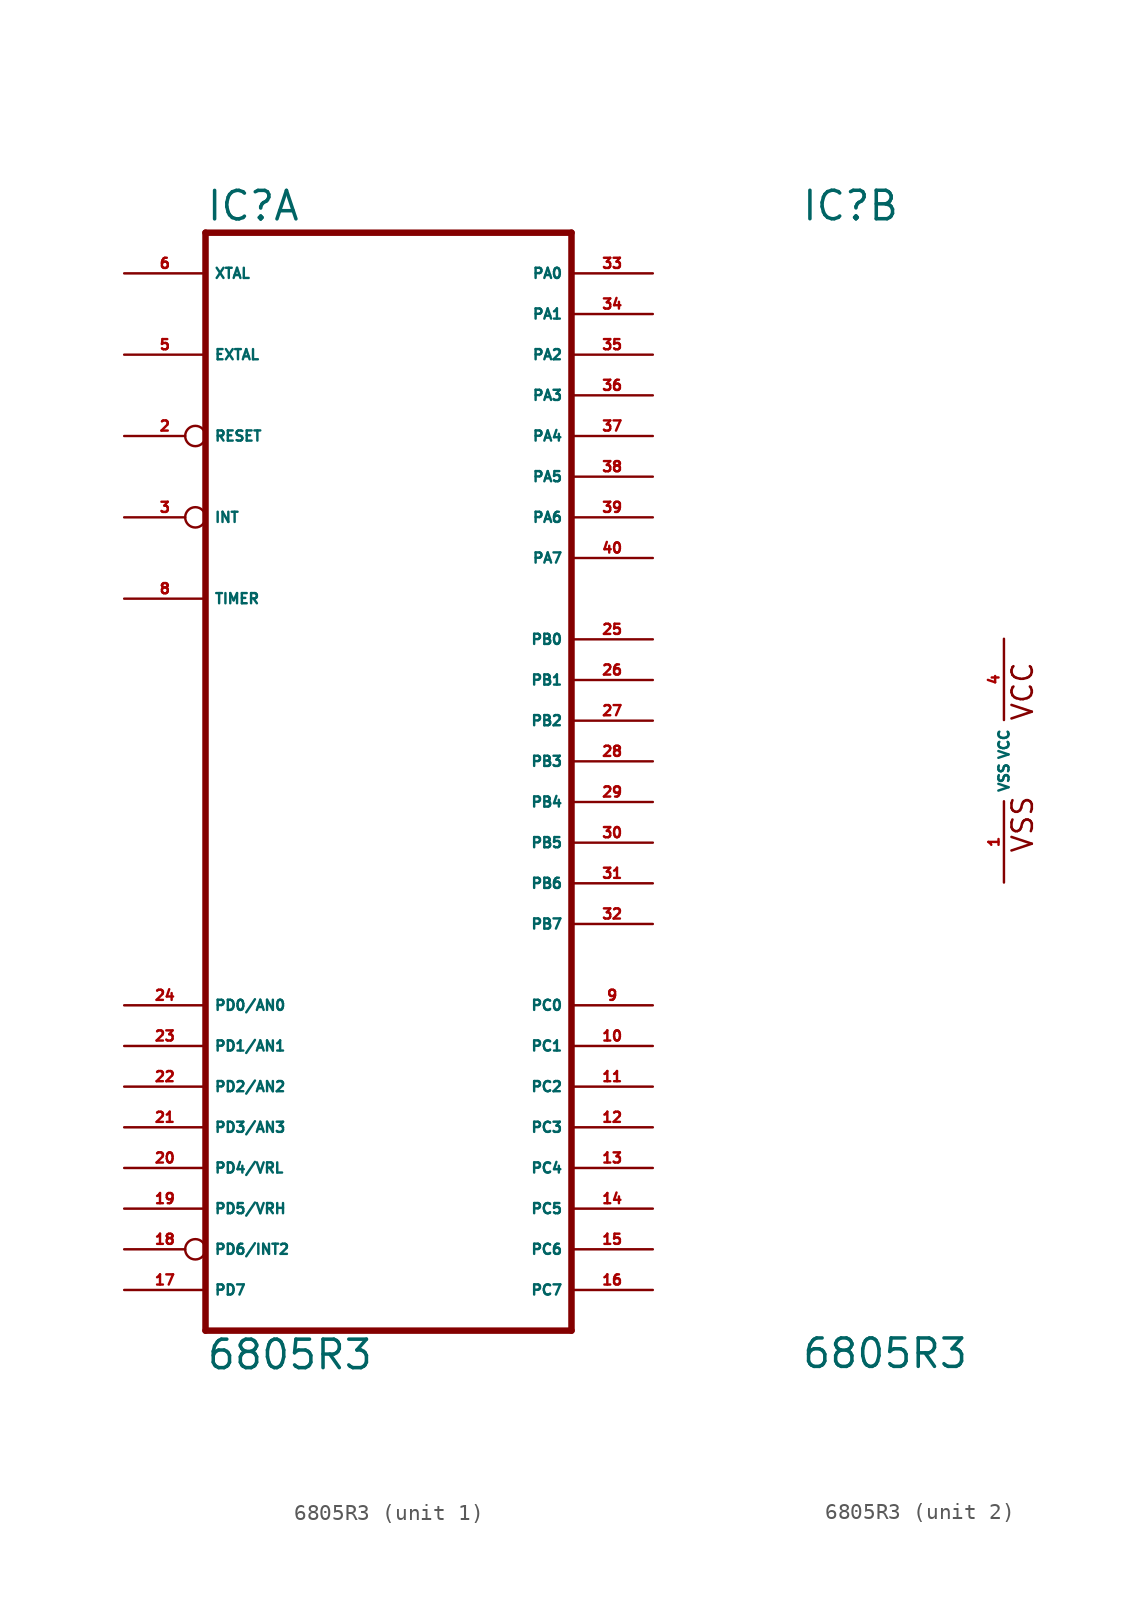
<source format=kicad_sym>
(kicad_symbol_lib
  (version 20220914)
  (generator Eagle2Kicad)
  (symbol "6805R3"
    (property "Reference" "IC"
      (at -12.7 33.655 0)
      (effects (font (size 1.778 1.778) (thickness 0.22)) (justify left bottom)))
    (property "Value" "6805R3"
      (at -12.7 -38.1 0)
      (effects (font (size 1.778 1.778) (thickness 0.22)) (justify left bottom)))
    (symbol "6805R3_1_0"
      (polyline (pts (xy -12.7 -35.56) (xy 10.16 -35.56)) (stroke (width 0.406) (type default)) (fill (type none)))
      (polyline (pts (xy 10.16 -35.56) (xy 10.16 33.02)) (stroke (width 0.406) (type default)) (fill (type none)))
      (polyline (pts (xy 10.16 33.02) (xy -12.7 33.02)) (stroke (width 0.406) (type default)) (fill (type none)))
      (polyline (pts (xy -12.7 33.02) (xy -12.7 -35.56)) (stroke (width 0.406) (type default)) (fill (type none)))
      (pin input inverted (at -17.78 20.32 0) (length 5.08) (name "RESET" (effects (font (size 0.635 0.635) (thickness 0.08)) (justify left bottom))) (number "2" (effects (font (size 0.635 0.635) (thickness 0.08)) (justify left bottom))))
      (pin input inverted (at -17.78 15.24 0) (length 5.08) (name "INT" (effects (font (size 0.635 0.635) (thickness 0.08)) (justify left bottom))) (number "3" (effects (font (size 0.635 0.635) (thickness 0.08)) (justify left bottom))))
      (pin input line (at -17.78 25.4 0) (length 5.08) (name "EXTAL" (effects (font (size 0.635 0.635) (thickness 0.08)) (justify left bottom))) (number "5" (effects (font (size 0.635 0.635) (thickness 0.08)) (justify left bottom))))
      (pin input line (at -17.78 30.48 0) (length 5.08) (name "XTAL" (effects (font (size 0.635 0.635) (thickness 0.08)) (justify left bottom))) (number "6" (effects (font (size 0.635 0.635) (thickness 0.08)) (justify left bottom))))
      (pin input line (at -17.78 10.16 0) (length 5.08) (name "TIMER" (effects (font (size 0.635 0.635) (thickness 0.08)) (justify left bottom))) (number "8" (effects (font (size 0.635 0.635) (thickness 0.08)) (justify left bottom))))
      (pin bidirectional line (at 15.24 -15.24 180) (length 5.08) (name "PC0" (effects (font (size 0.635 0.635) (thickness 0.08)) (justify left bottom))) (number "9" (effects (font (size 0.635 0.635) (thickness 0.08)) (justify left bottom))))
      (pin bidirectional line (at 15.24 -17.78 180) (length 5.08) (name "PC1" (effects (font (size 0.635 0.635) (thickness 0.08)) (justify left bottom))) (number "10" (effects (font (size 0.635 0.635) (thickness 0.08)) (justify left bottom))))
      (pin bidirectional line (at 15.24 -20.32 180) (length 5.08) (name "PC2" (effects (font (size 0.635 0.635) (thickness 0.08)) (justify left bottom))) (number "11" (effects (font (size 0.635 0.635) (thickness 0.08)) (justify left bottom))))
      (pin bidirectional line (at 15.24 -22.86 180) (length 5.08) (name "PC3" (effects (font (size 0.635 0.635) (thickness 0.08)) (justify left bottom))) (number "12" (effects (font (size 0.635 0.635) (thickness 0.08)) (justify left bottom))))
      (pin bidirectional line (at 15.24 -25.4 180) (length 5.08) (name "PC4" (effects (font (size 0.635 0.635) (thickness 0.08)) (justify left bottom))) (number "13" (effects (font (size 0.635 0.635) (thickness 0.08)) (justify left bottom))))
      (pin bidirectional line (at 15.24 -27.94 180) (length 5.08) (name "PC5" (effects (font (size 0.635 0.635) (thickness 0.08)) (justify left bottom))) (number "14" (effects (font (size 0.635 0.635) (thickness 0.08)) (justify left bottom))))
      (pin bidirectional line (at 15.24 -30.48 180) (length 5.08) (name "PC6" (effects (font (size 0.635 0.635) (thickness 0.08)) (justify left bottom))) (number "15" (effects (font (size 0.635 0.635) (thickness 0.08)) (justify left bottom))))
      (pin bidirectional line (at 15.24 -33.02 180) (length 5.08) (name "PC7" (effects (font (size 0.635 0.635) (thickness 0.08)) (justify left bottom))) (number "16" (effects (font (size 0.635 0.635) (thickness 0.08)) (justify left bottom))))
      (pin input line (at -17.78 -33.02 0) (length 5.08) (name "PD7" (effects (font (size 0.635 0.635) (thickness 0.08)) (justify left bottom))) (number "17" (effects (font (size 0.635 0.635) (thickness 0.08)) (justify left bottom))))
      (pin input inverted (at -17.78 -30.48 0) (length 5.08) (name "PD6/INT2" (effects (font (size 0.635 0.635) (thickness 0.08)) (justify left bottom))) (number "18" (effects (font (size 0.635 0.635) (thickness 0.08)) (justify left bottom))))
      (pin input line (at -17.78 -27.94 0) (length 5.08) (name "PD5/VRH" (effects (font (size 0.635 0.635) (thickness 0.08)) (justify left bottom))) (number "19" (effects (font (size 0.635 0.635) (thickness 0.08)) (justify left bottom))))
      (pin input line (at -17.78 -25.4 0) (length 5.08) (name "PD4/VRL" (effects (font (size 0.635 0.635) (thickness 0.08)) (justify left bottom))) (number "20" (effects (font (size 0.635 0.635) (thickness 0.08)) (justify left bottom))))
      (pin input line (at -17.78 -22.86 0) (length 5.08) (name "PD3/AN3" (effects (font (size 0.635 0.635) (thickness 0.08)) (justify left bottom))) (number "21" (effects (font (size 0.635 0.635) (thickness 0.08)) (justify left bottom))))
      (pin input line (at -17.78 -20.32 0) (length 5.08) (name "PD2/AN2" (effects (font (size 0.635 0.635) (thickness 0.08)) (justify left bottom))) (number "22" (effects (font (size 0.635 0.635) (thickness 0.08)) (justify left bottom))))
      (pin input line (at -17.78 -17.78 0) (length 5.08) (name "PD1/AN1" (effects (font (size 0.635 0.635) (thickness 0.08)) (justify left bottom))) (number "23" (effects (font (size 0.635 0.635) (thickness 0.08)) (justify left bottom))))
      (pin input line (at -17.78 -15.24 0) (length 5.08) (name "PD0/AN0" (effects (font (size 0.635 0.635) (thickness 0.08)) (justify left bottom))) (number "24" (effects (font (size 0.635 0.635) (thickness 0.08)) (justify left bottom))))
      (pin bidirectional line (at 15.24 7.62 180) (length 5.08) (name "PB0" (effects (font (size 0.635 0.635) (thickness 0.08)) (justify left bottom))) (number "25" (effects (font (size 0.635 0.635) (thickness 0.08)) (justify left bottom))))
      (pin bidirectional line (at 15.24 5.08 180) (length 5.08) (name "PB1" (effects (font (size 0.635 0.635) (thickness 0.08)) (justify left bottom))) (number "26" (effects (font (size 0.635 0.635) (thickness 0.08)) (justify left bottom))))
      (pin bidirectional line (at 15.24 2.54 180) (length 5.08) (name "PB2" (effects (font (size 0.635 0.635) (thickness 0.08)) (justify left bottom))) (number "27" (effects (font (size 0.635 0.635) (thickness 0.08)) (justify left bottom))))
      (pin bidirectional line (at 15.24 0 180) (length 5.08) (name "PB3" (effects (font (size 0.635 0.635) (thickness 0.08)) (justify left bottom))) (number "28" (effects (font (size 0.635 0.635) (thickness 0.08)) (justify left bottom))))
      (pin bidirectional line (at 15.24 -2.54 180) (length 5.08) (name "PB4" (effects (font (size 0.635 0.635) (thickness 0.08)) (justify left bottom))) (number "29" (effects (font (size 0.635 0.635) (thickness 0.08)) (justify left bottom))))
      (pin bidirectional line (at 15.24 -5.08 180) (length 5.08) (name "PB5" (effects (font (size 0.635 0.635) (thickness 0.08)) (justify left bottom))) (number "30" (effects (font (size 0.635 0.635) (thickness 0.08)) (justify left bottom))))
      (pin bidirectional line (at 15.24 -7.62 180) (length 5.08) (name "PB6" (effects (font (size 0.635 0.635) (thickness 0.08)) (justify left bottom))) (number "31" (effects (font (size 0.635 0.635) (thickness 0.08)) (justify left bottom))))
      (pin bidirectional line (at 15.24 -10.16 180) (length 5.08) (name "PB7" (effects (font (size 0.635 0.635) (thickness 0.08)) (justify left bottom))) (number "32" (effects (font (size 0.635 0.635) (thickness 0.08)) (justify left bottom))))
      (pin bidirectional line (at 15.24 30.48 180) (length 5.08) (name "PA0" (effects (font (size 0.635 0.635) (thickness 0.08)) (justify left bottom))) (number "33" (effects (font (size 0.635 0.635) (thickness 0.08)) (justify left bottom))))
      (pin bidirectional line (at 15.24 27.94 180) (length 5.08) (name "PA1" (effects (font (size 0.635 0.635) (thickness 0.08)) (justify left bottom))) (number "34" (effects (font (size 0.635 0.635) (thickness 0.08)) (justify left bottom))))
      (pin bidirectional line (at 15.24 25.4 180) (length 5.08) (name "PA2" (effects (font (size 0.635 0.635) (thickness 0.08)) (justify left bottom))) (number "35" (effects (font (size 0.635 0.635) (thickness 0.08)) (justify left bottom))))
      (pin bidirectional line (at 15.24 22.86 180) (length 5.08) (name "PA3" (effects (font (size 0.635 0.635) (thickness 0.08)) (justify left bottom))) (number "36" (effects (font (size 0.635 0.635) (thickness 0.08)) (justify left bottom))))
      (pin bidirectional line (at 15.24 20.32 180) (length 5.08) (name "PA4" (effects (font (size 0.635 0.635) (thickness 0.08)) (justify left bottom))) (number "37" (effects (font (size 0.635 0.635) (thickness 0.08)) (justify left bottom))))
      (pin bidirectional line (at 15.24 17.78 180) (length 5.08) (name "PA5" (effects (font (size 0.635 0.635) (thickness 0.08)) (justify left bottom))) (number "38" (effects (font (size 0.635 0.635) (thickness 0.08)) (justify left bottom))))
      (pin bidirectional line (at 15.24 15.24 180) (length 5.08) (name "PA6" (effects (font (size 0.635 0.635) (thickness 0.08)) (justify left bottom))) (number "39" (effects (font (size 0.635 0.635) (thickness 0.08)) (justify left bottom))))
      (pin bidirectional line (at 15.24 12.7 180) (length 5.08) (name "PA7" (effects (font (size 0.635 0.635) (thickness 0.08)) (justify left bottom))) (number "40" (effects (font (size 0.635 0.635) (thickness 0.08)) (justify left bottom)))))
    (symbol "6805R3_2_0"
      (text "VSS" (at 1.905 -5.842 900) (effects (font (size 1.27 1.27) (thickness 0.16)) (justify left bottom)))
      (text "VCC" (at 1.905 2.413 900) (effects (font (size 1.27 1.27) (thickness 0.16)) (justify left bottom)))
      (pin unspecified line (at 0 -7.62 90) (length 5.08) (name "VSS" (effects (font (size 0.635 0.635) (thickness 0.08)) (justify left bottom))) (number "1" (effects (font (size 0.635 0.635) (thickness 0.08)) (justify left bottom))))
      (pin unspecified line (at 0 7.62 270) (length 5.08) (name "VCC" (effects (font (size 0.635 0.635) (thickness 0.08)) (justify left bottom))) (number "4" (effects (font (size 0.635 0.635) (thickness 0.08)) (justify left bottom)))))))
</source>
